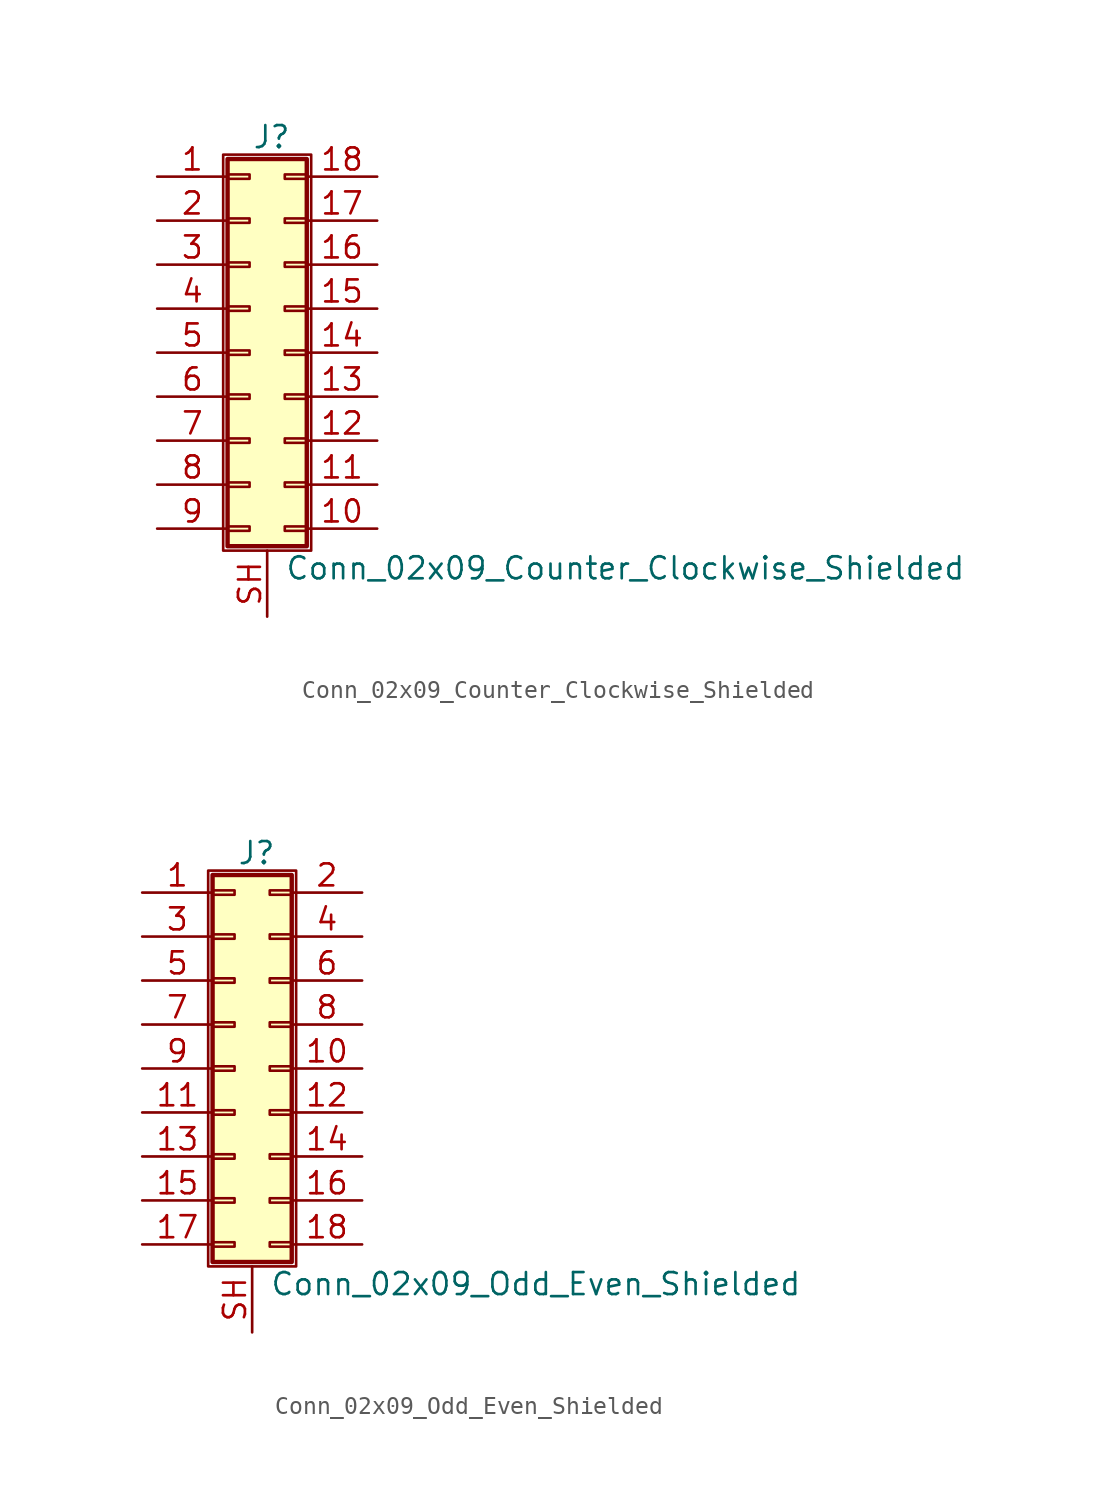
<source format=kicad_sym>
(kicad_symbol_lib
  (version 20201005)
  (generator kicad_symbol_editor)
  (symbol "Connector_Generic_Shielded:Conn_02x09_Counter_Clockwise_Shielded"
    (pin_names
      (offset 1.016) hide)
    (property "Reference" "J"
      (at 1.524 12.446 0)
      (effects (font (size 1.27 1.27))))
    (property "Value" "Conn_02x09_Counter_Clockwise_Shielded"
      (at 2.286 -12.446 0)
      (effects (font (size 1.27 1.27)) (justify left)))
    (symbol "Conn_02x09_Counter_Clockwise_Shielded_1_1"
      (rectangle (start -1.016 -4.953) (end 0.254 -5.207) (stroke (width 0.152)) (fill (type none)))
      (rectangle (start -1.016 -7.493) (end 0.254 -7.747) (stroke (width 0.152)) (fill (type none)))
      (rectangle (start -1.016 -10.033) (end 0.254 -10.287) (stroke (width 0.152)) (fill (type none)))
      (rectangle (start -1.016 -2.413) (end 0.254 -2.667) (stroke (width 0.152)) (fill (type none)))
      (rectangle (start -1.016 2.667) (end 0.254 2.413) (stroke (width 0.152)) (fill (type none)))
      (rectangle (start -1.016 5.207) (end 0.254 4.953) (stroke (width 0.152)) (fill (type none)))
      (rectangle (start -1.016 7.747) (end 0.254 7.493) (stroke (width 0.152)) (fill (type none)))
      (rectangle (start -1.016 10.287) (end 0.254 10.033) (stroke (width 0.152)) (fill (type none)))
      (rectangle (start -1.016 11.176) (end 3.556 -11.176) (stroke (width 0.254)) (fill (type background)))
      (rectangle (start -1.016 0.127) (end 0.254 -0.127) (stroke (width 0.152)) (fill (type none)))
      (rectangle (start -1.27 11.43) (end 3.81 -11.43) (stroke (width 0.152)) (fill (type none)))
      (rectangle (start 3.556 -4.953) (end 2.286 -5.207) (stroke (width 0.152)) (fill (type none)))
      (rectangle (start 3.556 -7.493) (end 2.286 -7.747) (stroke (width 0.152)) (fill (type none)))
      (rectangle (start 3.556 -10.033) (end 2.286 -10.287) (stroke (width 0.152)) (fill (type none)))
      (rectangle (start 3.556 -2.413) (end 2.286 -2.667) (stroke (width 0.152)) (fill (type none)))
      (rectangle (start 3.556 2.667) (end 2.286 2.413) (stroke (width 0.152)) (fill (type none)))
      (rectangle (start 3.556 5.207) (end 2.286 4.953) (stroke (width 0.152)) (fill (type none)))
      (rectangle (start 3.556 7.747) (end 2.286 7.493) (stroke (width 0.152)) (fill (type none)))
      (rectangle (start 3.556 10.287) (end 2.286 10.033) (stroke (width 0.152)) (fill (type none)))
      (rectangle (start 3.556 0.127) (end 2.286 -0.127) (stroke (width 0.152)) (fill (type none)))
      (pin passive line (at -5.08 10.16 0) (length 4.064) (name "Pin_1" (effects (font (size 1.27 1.27)))) (number "1" (effects (font (size 1.27 1.27)))))
      (pin passive line (at 7.62 -10.16 180) (length 4.064) (name "Pin_10" (effects (font (size 1.27 1.27)))) (number "10" (effects (font (size 1.27 1.27)))))
      (pin passive line (at 7.62 -7.62 180) (length 4.064) (name "Pin_11" (effects (font (size 1.27 1.27)))) (number "11" (effects (font (size 1.27 1.27)))))
      (pin passive line (at 7.62 -5.08 180) (length 4.064) (name "Pin_12" (effects (font (size 1.27 1.27)))) (number "12" (effects (font (size 1.27 1.27)))))
      (pin passive line (at 7.62 -2.54 180) (length 4.064) (name "Pin_13" (effects (font (size 1.27 1.27)))) (number "13" (effects (font (size 1.27 1.27)))))
      (pin passive line (at 7.62 0 180) (length 4.064) (name "Pin_14" (effects (font (size 1.27 1.27)))) (number "14" (effects (font (size 1.27 1.27)))))
      (pin passive line (at 7.62 2.54 180) (length 4.064) (name "Pin_15" (effects (font (size 1.27 1.27)))) (number "15" (effects (font (size 1.27 1.27)))))
      (pin passive line (at 7.62 5.08 180) (length 4.064) (name "Pin_16" (effects (font (size 1.27 1.27)))) (number "16" (effects (font (size 1.27 1.27)))))
      (pin passive line (at 7.62 7.62 180) (length 4.064) (name "Pin_17" (effects (font (size 1.27 1.27)))) (number "17" (effects (font (size 1.27 1.27)))))
      (pin passive line (at 7.62 10.16 180) (length 4.064) (name "Pin_18" (effects (font (size 1.27 1.27)))) (number "18" (effects (font (size 1.27 1.27)))))
      (pin passive line (at -5.08 7.62 0) (length 4.064) (name "Pin_2" (effects (font (size 1.27 1.27)))) (number "2" (effects (font (size 1.27 1.27)))))
      (pin passive line (at -5.08 5.08 0) (length 4.064) (name "Pin_3" (effects (font (size 1.27 1.27)))) (number "3" (effects (font (size 1.27 1.27)))))
      (pin passive line (at -5.08 2.54 0) (length 4.064) (name "Pin_4" (effects (font (size 1.27 1.27)))) (number "4" (effects (font (size 1.27 1.27)))))
      (pin passive line (at -5.08 0 0) (length 4.064) (name "Pin_5" (effects (font (size 1.27 1.27)))) (number "5" (effects (font (size 1.27 1.27)))))
      (pin passive line (at -5.08 -2.54 0) (length 4.064) (name "Pin_6" (effects (font (size 1.27 1.27)))) (number "6" (effects (font (size 1.27 1.27)))))
      (pin passive line (at -5.08 -5.08 0) (length 4.064) (name "Pin_7" (effects (font (size 1.27 1.27)))) (number "7" (effects (font (size 1.27 1.27)))))
      (pin passive line (at -5.08 -7.62 0) (length 4.064) (name "Pin_8" (effects (font (size 1.27 1.27)))) (number "8" (effects (font (size 1.27 1.27)))))
      (pin passive line (at -5.08 -10.16 0) (length 4.064) (name "Pin_9" (effects (font (size 1.27 1.27)))) (number "9" (effects (font (size 1.27 1.27)))))
      (pin passive line (at 1.27 -15.24 90) (length 3.81) (name "Shield" (effects (font (size 1.27 1.27)))) (number "SH" (effects (font (size 1.27 1.27)))))))
  (symbol "Connector_Generic_Shielded:Conn_02x09_Odd_Even_Shielded"
    (pin_names
      (offset 1.016) hide)
    (property "Reference" "J"
      (at 1.524 12.446 0)
      (effects (font (size 1.27 1.27))))
    (property "Value" "Conn_02x09_Odd_Even_Shielded"
      (at 2.286 -12.446 0)
      (effects (font (size 1.27 1.27)) (justify left)))
    (symbol "Conn_02x09_Odd_Even_Shielded_1_1"
      (rectangle (start -1.016 -4.953) (end 0.254 -5.207) (stroke (width 0.152)) (fill (type none)))
      (rectangle (start -1.016 -7.493) (end 0.254 -7.747) (stroke (width 0.152)) (fill (type none)))
      (rectangle (start -1.016 -10.033) (end 0.254 -10.287) (stroke (width 0.152)) (fill (type none)))
      (rectangle (start -1.016 -2.413) (end 0.254 -2.667) (stroke (width 0.152)) (fill (type none)))
      (rectangle (start -1.016 2.667) (end 0.254 2.413) (stroke (width 0.152)) (fill (type none)))
      (rectangle (start -1.016 5.207) (end 0.254 4.953) (stroke (width 0.152)) (fill (type none)))
      (rectangle (start -1.016 7.747) (end 0.254 7.493) (stroke (width 0.152)) (fill (type none)))
      (rectangle (start -1.016 10.287) (end 0.254 10.033) (stroke (width 0.152)) (fill (type none)))
      (rectangle (start -1.016 11.176) (end 3.556 -11.176) (stroke (width 0.254)) (fill (type background)))
      (rectangle (start -1.016 0.127) (end 0.254 -0.127) (stroke (width 0.152)) (fill (type none)))
      (rectangle (start -1.27 11.43) (end 3.81 -11.43) (stroke (width 0.152)) (fill (type none)))
      (rectangle (start 3.556 -4.953) (end 2.286 -5.207) (stroke (width 0.152)) (fill (type none)))
      (rectangle (start 3.556 -7.493) (end 2.286 -7.747) (stroke (width 0.152)) (fill (type none)))
      (rectangle (start 3.556 -10.033) (end 2.286 -10.287) (stroke (width 0.152)) (fill (type none)))
      (rectangle (start 3.556 -2.413) (end 2.286 -2.667) (stroke (width 0.152)) (fill (type none)))
      (rectangle (start 3.556 2.667) (end 2.286 2.413) (stroke (width 0.152)) (fill (type none)))
      (rectangle (start 3.556 5.207) (end 2.286 4.953) (stroke (width 0.152)) (fill (type none)))
      (rectangle (start 3.556 7.747) (end 2.286 7.493) (stroke (width 0.152)) (fill (type none)))
      (rectangle (start 3.556 10.287) (end 2.286 10.033) (stroke (width 0.152)) (fill (type none)))
      (rectangle (start 3.556 0.127) (end 2.286 -0.127) (stroke (width 0.152)) (fill (type none)))
      (pin passive line (at -5.08 10.16 0) (length 4.064) (name "Pin_1" (effects (font (size 1.27 1.27)))) (number "1" (effects (font (size 1.27 1.27)))))
      (pin passive line (at 7.62 0 180) (length 4.064) (name "Pin_10" (effects (font (size 1.27 1.27)))) (number "10" (effects (font (size 1.27 1.27)))))
      (pin passive line (at -5.08 -2.54 0) (length 4.064) (name "Pin_11" (effects (font (size 1.27 1.27)))) (number "11" (effects (font (size 1.27 1.27)))))
      (pin passive line (at 7.62 -2.54 180) (length 4.064) (name "Pin_12" (effects (font (size 1.27 1.27)))) (number "12" (effects (font (size 1.27 1.27)))))
      (pin passive line (at -5.08 -5.08 0) (length 4.064) (name "Pin_13" (effects (font (size 1.27 1.27)))) (number "13" (effects (font (size 1.27 1.27)))))
      (pin passive line (at 7.62 -5.08 180) (length 4.064) (name "Pin_14" (effects (font (size 1.27 1.27)))) (number "14" (effects (font (size 1.27 1.27)))))
      (pin passive line (at -5.08 -7.62 0) (length 4.064) (name "Pin_15" (effects (font (size 1.27 1.27)))) (number "15" (effects (font (size 1.27 1.27)))))
      (pin passive line (at 7.62 -7.62 180) (length 4.064) (name "Pin_16" (effects (font (size 1.27 1.27)))) (number "16" (effects (font (size 1.27 1.27)))))
      (pin passive line (at -5.08 -10.16 0) (length 4.064) (name "Pin_17" (effects (font (size 1.27 1.27)))) (number "17" (effects (font (size 1.27 1.27)))))
      (pin passive line (at 7.62 -10.16 180) (length 4.064) (name "Pin_18" (effects (font (size 1.27 1.27)))) (number "18" (effects (font (size 1.27 1.27)))))
      (pin passive line (at 7.62 10.16 180) (length 4.064) (name "Pin_2" (effects (font (size 1.27 1.27)))) (number "2" (effects (font (size 1.27 1.27)))))
      (pin passive line (at -5.08 7.62 0) (length 4.064) (name "Pin_3" (effects (font (size 1.27 1.27)))) (number "3" (effects (font (size 1.27 1.27)))))
      (pin passive line (at 7.62 7.62 180) (length 4.064) (name "Pin_4" (effects (font (size 1.27 1.27)))) (number "4" (effects (font (size 1.27 1.27)))))
      (pin passive line (at -5.08 5.08 0) (length 4.064) (name "Pin_5" (effects (font (size 1.27 1.27)))) (number "5" (effects (font (size 1.27 1.27)))))
      (pin passive line (at 7.62 5.08 180) (length 4.064) (name "Pin_6" (effects (font (size 1.27 1.27)))) (number "6" (effects (font (size 1.27 1.27)))))
      (pin passive line (at -5.08 2.54 0) (length 4.064) (name "Pin_7" (effects (font (size 1.27 1.27)))) (number "7" (effects (font (size 1.27 1.27)))))
      (pin passive line (at 7.62 2.54 180) (length 4.064) (name "Pin_8" (effects (font (size 1.27 1.27)))) (number "8" (effects (font (size 1.27 1.27)))))
      (pin passive line (at -5.08 0 0) (length 4.064) (name "Pin_9" (effects (font (size 1.27 1.27)))) (number "9" (effects (font (size 1.27 1.27)))))
      (pin passive line (at 1.27 -15.24 90) (length 3.81) (name "Shield" (effects (font (size 1.27 1.27)))) (number "SH" (effects (font (size 1.27 1.27))))))))
</source>
